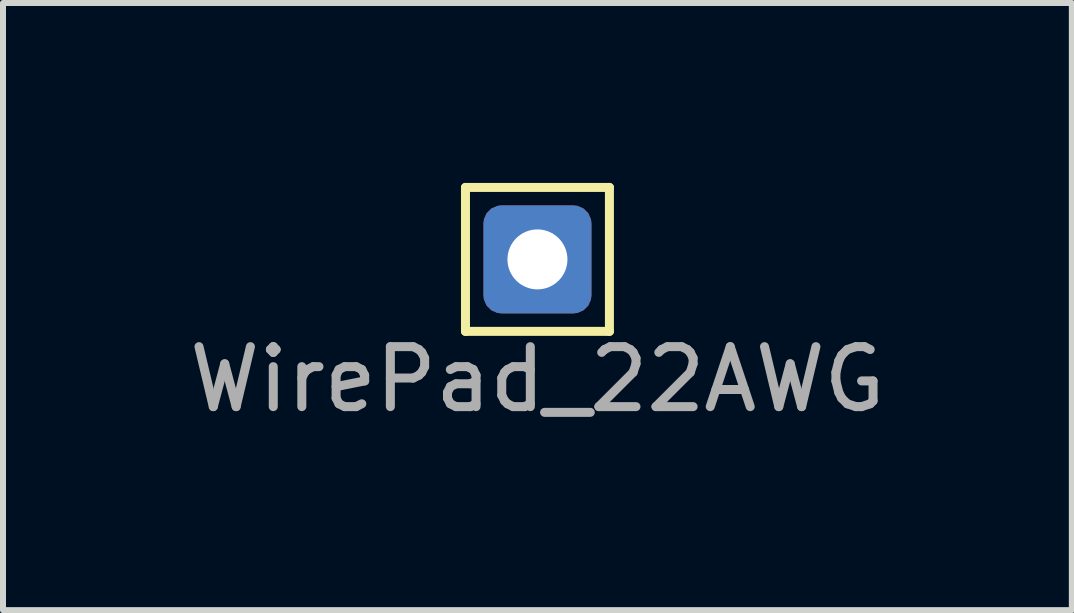
<source format=kicad_pcb>
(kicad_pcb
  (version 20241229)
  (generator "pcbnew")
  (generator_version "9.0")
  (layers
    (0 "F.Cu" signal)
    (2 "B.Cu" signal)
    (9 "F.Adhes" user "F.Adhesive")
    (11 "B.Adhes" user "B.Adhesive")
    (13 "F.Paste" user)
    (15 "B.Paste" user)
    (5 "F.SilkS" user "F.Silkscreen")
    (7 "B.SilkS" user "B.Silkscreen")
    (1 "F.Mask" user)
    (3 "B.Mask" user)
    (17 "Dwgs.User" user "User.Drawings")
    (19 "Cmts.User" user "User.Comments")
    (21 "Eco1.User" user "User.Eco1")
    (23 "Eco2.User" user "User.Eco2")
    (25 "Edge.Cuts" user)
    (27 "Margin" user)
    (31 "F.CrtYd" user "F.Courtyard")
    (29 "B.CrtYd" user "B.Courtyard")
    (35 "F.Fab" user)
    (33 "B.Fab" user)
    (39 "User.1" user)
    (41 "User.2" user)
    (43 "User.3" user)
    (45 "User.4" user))
  (footprint "WirePad_22AWG"
    (layer "F.Cu")
    (at 5.911 1.275)
    (property "Reference" "WirePad_22AWG" (at 0 2 0) (unlocked yes) (layer "F.Fab") (effects (font (size 1 1) (thickness 0.15))))
    (attr through_hole)
    (fp_line (start -1.2 -1.2) (end -1.2 1.2) (stroke (width 0.15) (type default)) (layer "F.SilkS"))
    (fp_line (start -1.2 1.2) (end 1.2 1.2) (stroke (width 0.15) (type default)) (layer "F.SilkS"))
    (fp_line (start 1.2 -1.2) (end -1.2 -1.2) (stroke (width 0.15) (type default)) (layer "F.SilkS"))
    (fp_line (start 1.2 -1.2) (end 1.2 1.2) (stroke (width 0.15) (type default)) (layer "F.SilkS"))
    (pad "1" thru_hole roundrect (at 0 0) (size 1.8 1.8) (drill 1) (layers "*.Cu" "*.Mask") (roundrect_rratio 0.167)))
  (gr_rect
    (start -3 -3)
    (end 14.821 7.123)
    (stroke (width 0.1) (type default))
    (fill no)
    (layer "Edge.Cuts")))
</source>
